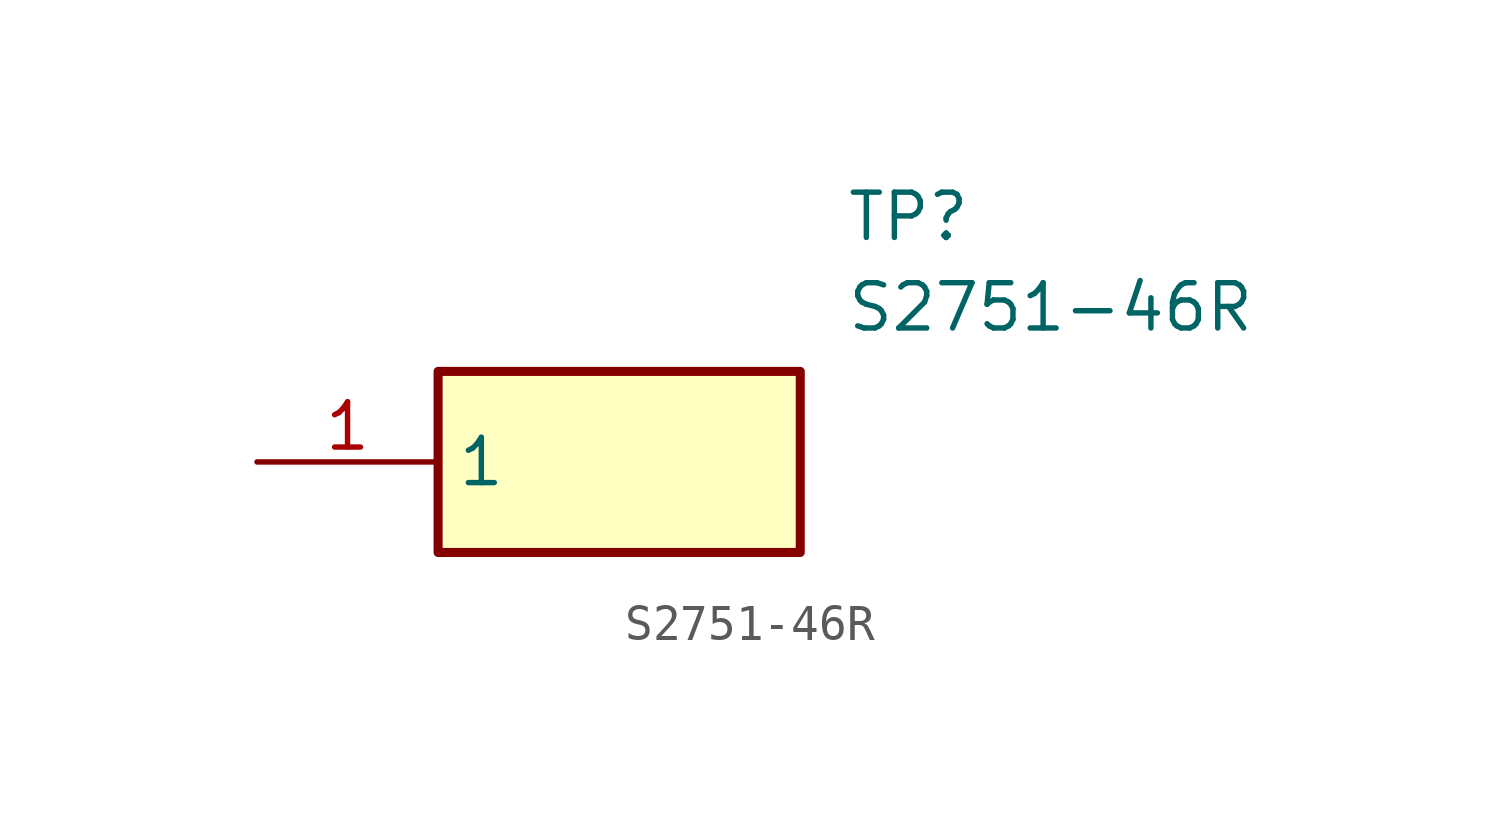
<source format=kicad_sym>
(kicad_symbol_lib
  (version 20211014)
  (generator SamacSys_ECAD_Model)
  (symbol "S2751-46R"
    (property "Reference" "TP"
      (at 16.51 7.62 0)
      (effects (font (size 1.27 1.27)) (justify left top)))
    (property "Value" "S2751-46R"
      (at 16.51 5.08 0)
      (effects (font (size 1.27 1.27)) (justify left top)))
    (rectangle
      (start 5.08 2.54)
      (end 15.24 -2.54)
      (stroke (width 0.254) (type default))
      (fill (type background)))
    (pin passive line
      (at 0 0 0)
      (length 5.08)
      (name "1" (effects (font (size 1.27 1.27))))
      (number "1" (effects (font (size 1.27 1.27)))))))
</source>
